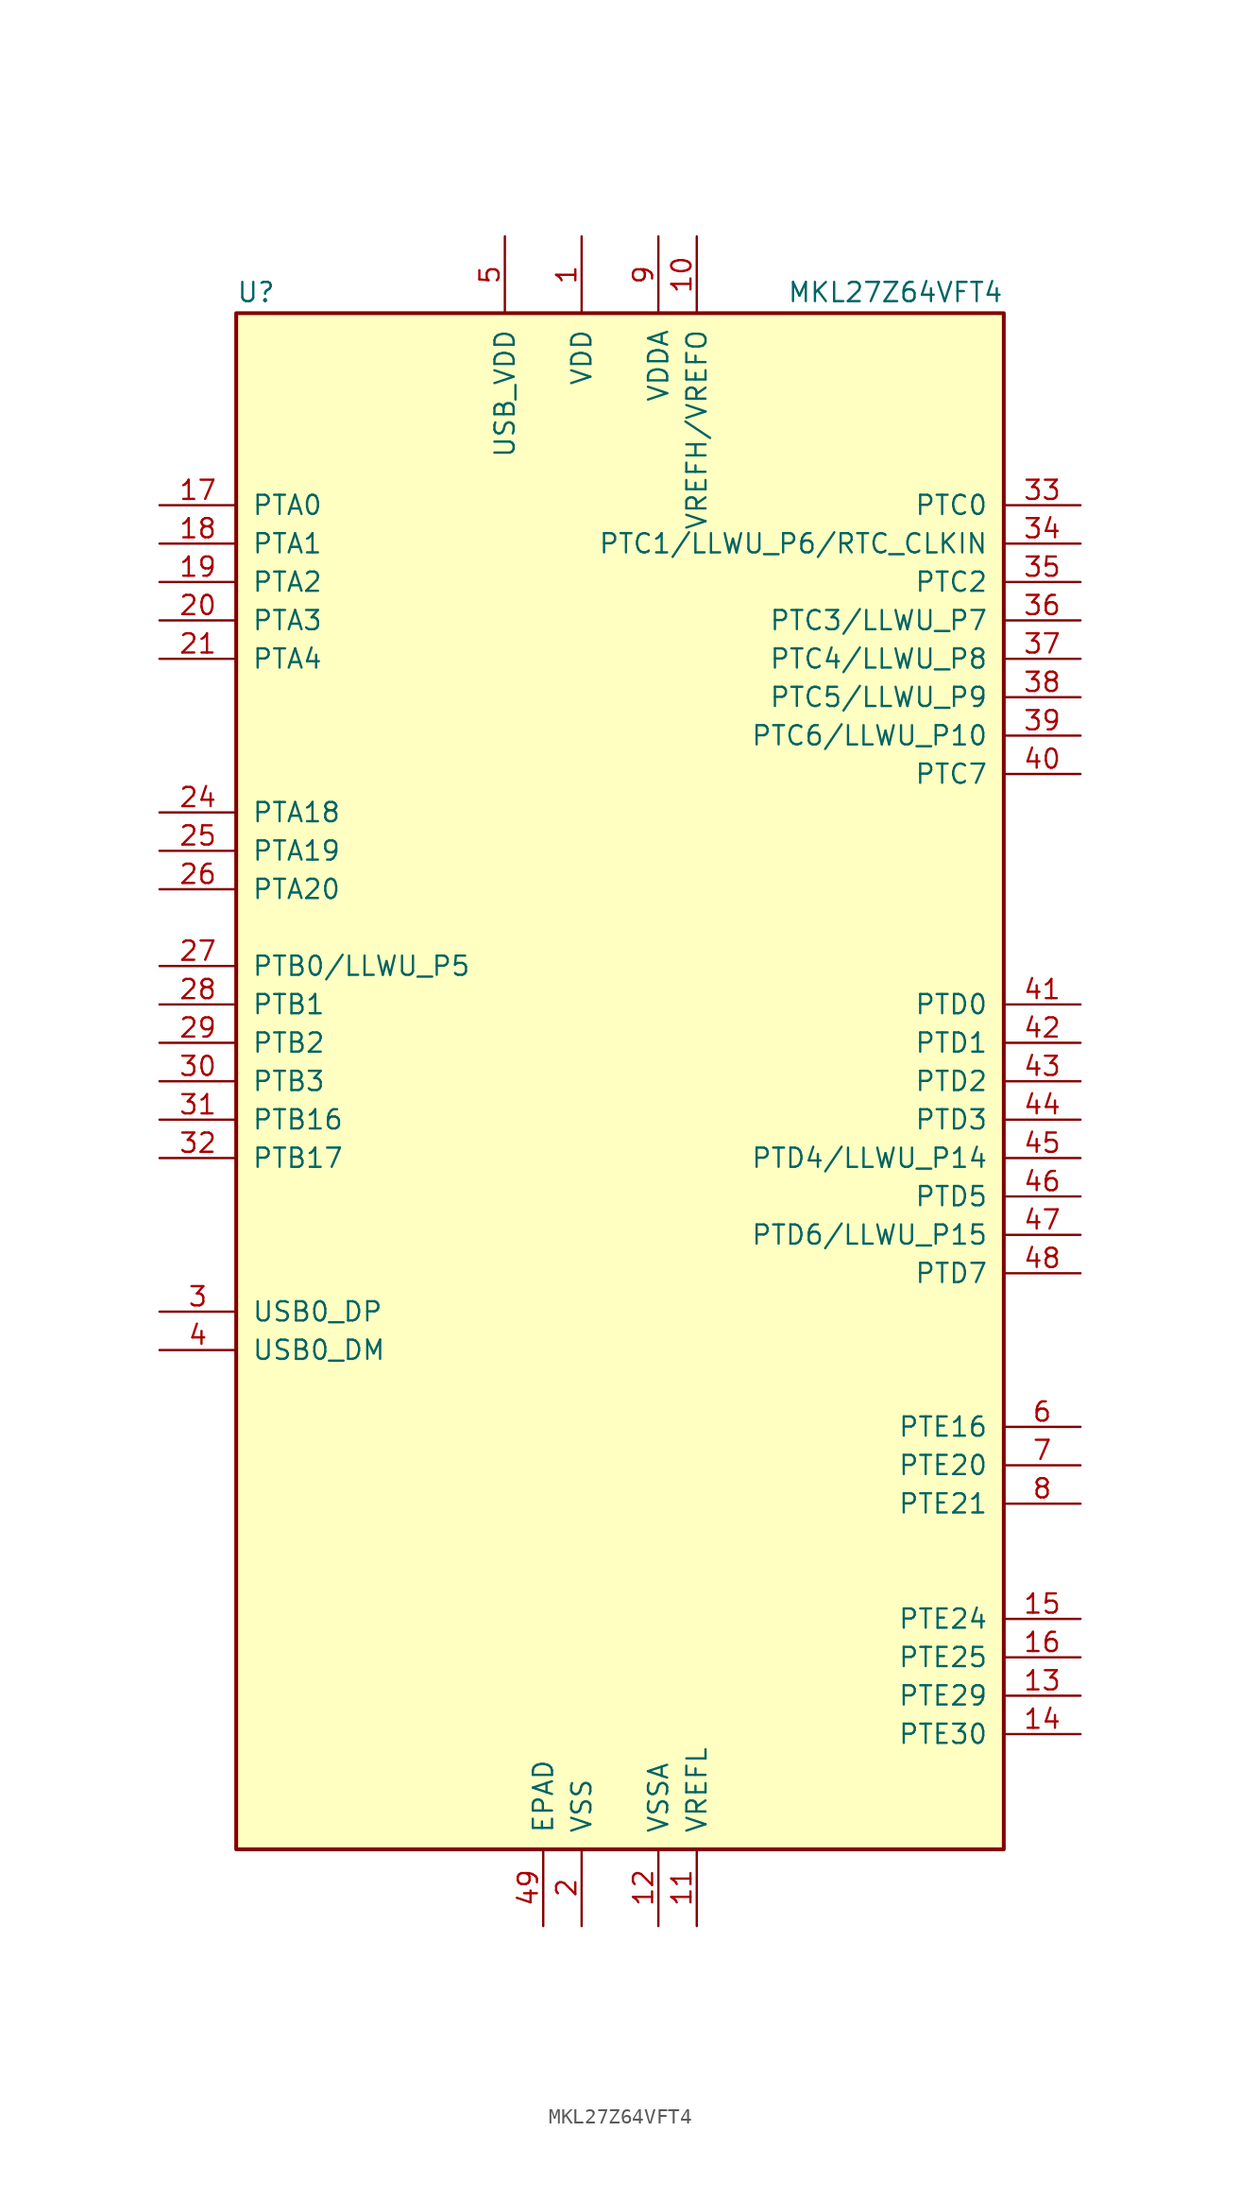
<source format=kicad_sym>
(kicad_symbol_lib
  (version 20211014)
  (generator kicad_symbol_editor)
  (symbol "MKL27Z64VFT4"
    (pin_names
      (offset 1.016))
    (property "Reference" "U"
      (at -25.4 51.435 0)
      (effects (font (size 1.27 1.27)) (justify left bottom)))
    (property "Value" "MKL27Z64VFT4"
      (at 25.4 51.435 0)
      (effects (font (size 1.27 1.27)) (justify right bottom)))
    (symbol "MKL27Z64VFT4_0_1"
      (rectangle (start -25.4 50.8) (end 25.4 -50.8) (stroke (width 0.254) (type default) (color 0 0 0 0)) (fill (type background))))
    (symbol "MKL27Z64VFT4_1_1"
      (pin power_in line (at -2.54 55.88 270) (length 5.08) (name "VDD" (effects (font (size 1.27 1.27)))) (number "1" (effects (font (size 1.27 1.27)))))
      (pin power_in line (at 5.08 55.88 270) (length 5.08) (name "VREFH/VREFO" (effects (font (size 1.27 1.27)))) (number "10" (effects (font (size 1.27 1.27)))))
      (pin power_in line (at 5.08 -55.88 90) (length 5.08) (name "VREFL" (effects (font (size 1.27 1.27)))) (number "11" (effects (font (size 1.27 1.27)))))
      (pin power_in line (at 2.54 -55.88 90) (length 5.08) (name "VSSA" (effects (font (size 1.27 1.27)))) (number "12" (effects (font (size 1.27 1.27)))))
      (pin bidirectional line (at 30.48 -40.64 180) (length 5.08) (name "PTE29" (effects (font (size 1.27 1.27)))) (number "13" (effects (font (size 1.27 1.27)))))
      (pin bidirectional line (at 30.48 -43.18 180) (length 5.08) (name "PTE30" (effects (font (size 1.27 1.27)))) (number "14" (effects (font (size 1.27 1.27)))))
      (pin bidirectional line (at 30.48 -35.56 180) (length 5.08) (name "PTE24" (effects (font (size 1.27 1.27)))) (number "15" (effects (font (size 1.27 1.27)))))
      (pin bidirectional line (at 30.48 -38.1 180) (length 5.08) (name "PTE25" (effects (font (size 1.27 1.27)))) (number "16" (effects (font (size 1.27 1.27)))))
      (pin bidirectional line (at -30.48 38.1 0) (length 5.08) (name "PTA0" (effects (font (size 1.27 1.27)))) (number "17" (effects (font (size 1.27 1.27)))))
      (pin bidirectional line (at -30.48 35.56 0) (length 5.08) (name "PTA1" (effects (font (size 1.27 1.27)))) (number "18" (effects (font (size 1.27 1.27)))))
      (pin bidirectional line (at -30.48 33.02 0) (length 5.08) (name "PTA2" (effects (font (size 1.27 1.27)))) (number "19" (effects (font (size 1.27 1.27)))))
      (pin power_in line (at -2.54 -55.88 90) (length 5.08) (name "VSS" (effects (font (size 1.27 1.27)))) (number "2" (effects (font (size 1.27 1.27)))))
      (pin bidirectional line (at -30.48 30.48 0) (length 5.08) (name "PTA3" (effects (font (size 1.27 1.27)))) (number "20" (effects (font (size 1.27 1.27)))))
      (pin bidirectional line (at -30.48 27.94 0) (length 5.08) (name "PTA4" (effects (font (size 1.27 1.27)))) (number "21" (effects (font (size 1.27 1.27)))))
      (pin passive line (at -2.54 55.88 270) (length 5.08) hide (name "VDD" (effects (font (size 1.27 1.27)))) (number "22" (effects (font (size 1.27 1.27)))))
      (pin passive line (at -2.54 -55.88 90) (length 5.08) hide (name "VSS" (effects (font (size 1.27 1.27)))) (number "23" (effects (font (size 1.27 1.27)))))
      (pin bidirectional line (at -30.48 17.78 0) (length 5.08) (name "PTA18" (effects (font (size 1.27 1.27)))) (number "24" (effects (font (size 1.27 1.27)))))
      (pin bidirectional line (at -30.48 15.24 0) (length 5.08) (name "PTA19" (effects (font (size 1.27 1.27)))) (number "25" (effects (font (size 1.27 1.27)))))
      (pin bidirectional line (at -30.48 12.7 0) (length 5.08) (name "PTA20" (effects (font (size 1.27 1.27)))) (number "26" (effects (font (size 1.27 1.27)))))
      (pin bidirectional line (at -30.48 7.62 0) (length 5.08) (name "PTB0/LLWU_P5" (effects (font (size 1.27 1.27)))) (number "27" (effects (font (size 1.27 1.27)))))
      (pin bidirectional line (at -30.48 5.08 0) (length 5.08) (name "PTB1" (effects (font (size 1.27 1.27)))) (number "28" (effects (font (size 1.27 1.27)))))
      (pin bidirectional line (at -30.48 2.54 0) (length 5.08) (name "PTB2" (effects (font (size 1.27 1.27)))) (number "29" (effects (font (size 1.27 1.27)))))
      (pin bidirectional line (at -30.48 -15.24 0) (length 5.08) (name "USB0_DP" (effects (font (size 1.27 1.27)))) (number "3" (effects (font (size 1.27 1.27)))))
      (pin bidirectional line (at -30.48 0 0) (length 5.08) (name "PTB3" (effects (font (size 1.27 1.27)))) (number "30" (effects (font (size 1.27 1.27)))))
      (pin bidirectional line (at -30.48 -2.54 0) (length 5.08) (name "PTB16" (effects (font (size 1.27 1.27)))) (number "31" (effects (font (size 1.27 1.27)))))
      (pin bidirectional line (at -30.48 -5.08 0) (length 5.08) (name "PTB17" (effects (font (size 1.27 1.27)))) (number "32" (effects (font (size 1.27 1.27)))))
      (pin bidirectional line (at 30.48 38.1 180) (length 5.08) (name "PTC0" (effects (font (size 1.27 1.27)))) (number "33" (effects (font (size 1.27 1.27)))))
      (pin bidirectional line (at 30.48 35.56 180) (length 5.08) (name "PTC1/LLWU_P6/RTC_CLKIN" (effects (font (size 1.27 1.27)))) (number "34" (effects (font (size 1.27 1.27)))))
      (pin bidirectional line (at 30.48 33.02 180) (length 5.08) (name "PTC2" (effects (font (size 1.27 1.27)))) (number "35" (effects (font (size 1.27 1.27)))))
      (pin bidirectional line (at 30.48 30.48 180) (length 5.08) (name "PTC3/LLWU_P7" (effects (font (size 1.27 1.27)))) (number "36" (effects (font (size 1.27 1.27)))))
      (pin bidirectional line (at 30.48 27.94 180) (length 5.08) (name "PTC4/LLWU_P8" (effects (font (size 1.27 1.27)))) (number "37" (effects (font (size 1.27 1.27)))))
      (pin bidirectional line (at 30.48 25.4 180) (length 5.08) (name "PTC5/LLWU_P9" (effects (font (size 1.27 1.27)))) (number "38" (effects (font (size 1.27 1.27)))))
      (pin bidirectional line (at 30.48 22.86 180) (length 5.08) (name "PTC6/LLWU_P10" (effects (font (size 1.27 1.27)))) (number "39" (effects (font (size 1.27 1.27)))))
      (pin bidirectional line (at -30.48 -17.78 0) (length 5.08) (name "USB0_DM" (effects (font (size 1.27 1.27)))) (number "4" (effects (font (size 1.27 1.27)))))
      (pin bidirectional line (at 30.48 20.32 180) (length 5.08) (name "PTC7" (effects (font (size 1.27 1.27)))) (number "40" (effects (font (size 1.27 1.27)))))
      (pin bidirectional line (at 30.48 5.08 180) (length 5.08) (name "PTD0" (effects (font (size 1.27 1.27)))) (number "41" (effects (font (size 1.27 1.27)))))
      (pin bidirectional line (at 30.48 2.54 180) (length 5.08) (name "PTD1" (effects (font (size 1.27 1.27)))) (number "42" (effects (font (size 1.27 1.27)))))
      (pin bidirectional line (at 30.48 0 180) (length 5.08) (name "PTD2" (effects (font (size 1.27 1.27)))) (number "43" (effects (font (size 1.27 1.27)))))
      (pin bidirectional line (at 30.48 -2.54 180) (length 5.08) (name "PTD3" (effects (font (size 1.27 1.27)))) (number "44" (effects (font (size 1.27 1.27)))))
      (pin bidirectional line (at 30.48 -5.08 180) (length 5.08) (name "PTD4/LLWU_P14" (effects (font (size 1.27 1.27)))) (number "45" (effects (font (size 1.27 1.27)))))
      (pin bidirectional line (at 30.48 -7.62 180) (length 5.08) (name "PTD5" (effects (font (size 1.27 1.27)))) (number "46" (effects (font (size 1.27 1.27)))))
      (pin bidirectional line (at 30.48 -10.16 180) (length 5.08) (name "PTD6/LLWU_P15" (effects (font (size 1.27 1.27)))) (number "47" (effects (font (size 1.27 1.27)))))
      (pin bidirectional line (at 30.48 -12.7 180) (length 5.08) (name "PTD7" (effects (font (size 1.27 1.27)))) (number "48" (effects (font (size 1.27 1.27)))))
      (pin power_in line (at -5.08 -55.88 90) (length 5.08) (name "EPAD" (effects (font (size 1.27 1.27)))) (number "49" (effects (font (size 1.27 1.27)))))
      (pin power_in line (at -7.62 55.88 270) (length 5.08) (name "USB_VDD" (effects (font (size 1.27 1.27)))) (number "5" (effects (font (size 1.27 1.27)))))
      (pin bidirectional line (at 30.48 -22.86 180) (length 5.08) (name "PTE16" (effects (font (size 1.27 1.27)))) (number "6" (effects (font (size 1.27 1.27)))))
      (pin bidirectional line (at 30.48 -25.4 180) (length 5.08) (name "PTE20" (effects (font (size 1.27 1.27)))) (number "7" (effects (font (size 1.27 1.27)))))
      (pin bidirectional line (at 30.48 -27.94 180) (length 5.08) (name "PTE21" (effects (font (size 1.27 1.27)))) (number "8" (effects (font (size 1.27 1.27)))))
      (pin power_in line (at 2.54 55.88 270) (length 5.08) (name "VDDA" (effects (font (size 1.27 1.27)))) (number "9" (effects (font (size 1.27 1.27))))))))
</source>
